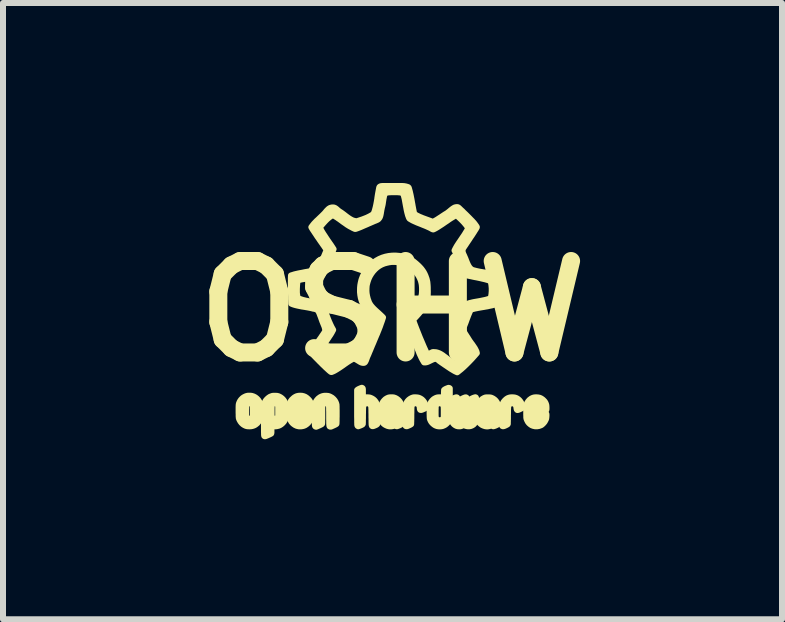
<source format=kicad_pcb>
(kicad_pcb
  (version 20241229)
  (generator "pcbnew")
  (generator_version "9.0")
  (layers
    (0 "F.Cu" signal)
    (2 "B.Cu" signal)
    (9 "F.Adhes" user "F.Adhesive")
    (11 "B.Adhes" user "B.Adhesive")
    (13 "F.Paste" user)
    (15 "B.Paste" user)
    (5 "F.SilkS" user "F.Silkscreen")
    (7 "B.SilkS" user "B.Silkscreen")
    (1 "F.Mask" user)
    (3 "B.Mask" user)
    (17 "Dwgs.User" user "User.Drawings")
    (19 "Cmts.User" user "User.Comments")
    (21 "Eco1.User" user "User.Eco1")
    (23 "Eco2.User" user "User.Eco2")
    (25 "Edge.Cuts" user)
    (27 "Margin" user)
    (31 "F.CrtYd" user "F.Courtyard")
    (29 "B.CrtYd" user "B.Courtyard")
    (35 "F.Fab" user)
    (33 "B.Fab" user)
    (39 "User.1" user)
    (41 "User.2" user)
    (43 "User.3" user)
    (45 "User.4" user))
  (footprint "OSHW"
    (layer "F.Cu")
    (at 3.491 2.134)
    (property "Reference" "OSHW" (at 0 0 0) (layer "F.SilkS") (effects (font (size 1.524 1.524) (thickness 0.3))))
    (attr through_hole)
    (fp_poly (pts (xy 2.161 1.599) (xy 2.161 1.608) (xy 2.159 1.613) (xy 2.156 1.617) (xy 2.148 1.622) (xy 2.137 1.627) (xy 2.125 1.633) (xy 2.112 1.639) (xy 2.101 1.644) (xy 2.091 1.647) (xy 2.085 1.648) (xy 2.085 1.648) (xy 2.079 1.648) (xy 2.074 1.645) (xy 2.071 1.64) (xy 2.068 1.632) (xy 2.066 1.619) (xy 2.064 1.604) (xy 2.061 1.587) (xy 2.056 1.573) (xy 2.047 1.561) (xy 2.04 1.554) (xy 2.024 1.542) (xy 2.006 1.536) (xy 1.988 1.536) (xy 1.97 1.54) (xy 1.953 1.55) (xy 1.944 1.557) (xy 1.94 1.561) (xy 1.936 1.565) (xy 1.934 1.57) (xy 1.931 1.575) (xy 1.929 1.582) (xy 1.928 1.59) (xy 1.927 1.601) (xy 1.926 1.615) (xy 1.925 1.632) (xy 1.924 1.653) (xy 1.924 1.678) (xy 1.924 1.708) (xy 1.923 1.737) (xy 1.923 1.765) (xy 1.923 1.791) (xy 1.922 1.815) (xy 1.922 1.836) (xy 1.921 1.854) (xy 1.921 1.869) (xy 1.921 1.878) (xy 1.92 1.883) (xy 1.92 1.883) (xy 1.917 1.887) (xy 1.909 1.892) (xy 1.898 1.898) (xy 1.886 1.904) (xy 1.873 1.91) (xy 1.86 1.915) (xy 1.849 1.918) (xy 1.841 1.919) (xy 1.834 1.918) (xy 1.828 1.914) (xy 1.828 1.911) (xy 1.827 1.902) (xy 1.826 1.888) (xy 1.826 1.871) (xy 1.825 1.851) (xy 1.825 1.828) (xy 1.825 1.803) (xy 1.825 1.776) (xy 1.825 1.749) (xy 1.825 1.721) (xy 1.826 1.694) (xy 1.826 1.667) (xy 1.826 1.643) (xy 1.827 1.62) (xy 1.828 1.6) (xy 1.828 1.584) (xy 1.829 1.571) (xy 1.83 1.563) (xy 1.83 1.562) (xy 1.838 1.539) (xy 1.849 1.517) (xy 1.865 1.497) (xy 1.875 1.486) (xy 1.896 1.467) (xy 1.917 1.453) (xy 1.939 1.444) (xy 1.964 1.438) (xy 1.991 1.437) (xy 1.994 1.437) (xy 2.018 1.438) (xy 2.038 1.441) (xy 2.058 1.447) (xy 2.075 1.455) (xy 2.097 1.47) (xy 2.116 1.488) (xy 2.133 1.51) (xy 2.147 1.534) (xy 2.156 1.559) (xy 2.161 1.584) (xy 2.161 1.586) (xy 2.161 1.599)) (stroke (width 0.1) (type solid)) (fill yes) (layer "F.SilkS"))
    (fp_poly (pts (xy 0.551 1.601) (xy 0.55 1.609) (xy 0.547 1.615) (xy 0.542 1.62) (xy 0.534 1.625) (xy 0.522 1.63) (xy 0.51 1.635) (xy 0.493 1.643) (xy 0.479 1.647) (xy 0.469 1.648) (xy 0.462 1.645) (xy 0.458 1.639) (xy 0.455 1.628) (xy 0.454 1.613) (xy 0.454 1.611) (xy 0.452 1.597) (xy 0.45 1.587) (xy 0.447 1.578) (xy 0.444 1.572) (xy 0.432 1.556) (xy 0.418 1.544) (xy 0.4 1.537) (xy 0.381 1.536) (xy 0.378 1.536) (xy 0.358 1.54) (xy 0.341 1.549) (xy 0.328 1.563) (xy 0.321 1.573) (xy 0.32 1.576) (xy 0.319 1.579) (xy 0.318 1.582) (xy 0.317 1.587) (xy 0.316 1.593) (xy 0.316 1.602) (xy 0.315 1.613) (xy 0.315 1.627) (xy 0.314 1.645) (xy 0.314 1.667) (xy 0.314 1.693) (xy 0.313 1.724) (xy 0.313 1.733) (xy 0.313 1.761) (xy 0.313 1.788) (xy 0.312 1.813) (xy 0.312 1.835) (xy 0.311 1.853) (xy 0.311 1.868) (xy 0.31 1.878) (xy 0.31 1.884) (xy 0.31 1.885) (xy 0.305 1.888) (xy 0.297 1.893) (xy 0.286 1.899) (xy 0.273 1.905) (xy 0.261 1.91) (xy 0.249 1.915) (xy 0.239 1.918) (xy 0.233 1.919) (xy 0.226 1.917) (xy 0.222 1.915) (xy 0.22 1.914) (xy 0.219 1.912) (xy 0.218 1.91) (xy 0.218 1.906) (xy 0.217 1.901) (xy 0.217 1.893) (xy 0.216 1.883) (xy 0.216 1.87) (xy 0.216 1.853) (xy 0.216 1.832) (xy 0.215 1.807) (xy 0.215 1.777) (xy 0.215 1.748) (xy 0.215 1.711) (xy 0.215 1.677) (xy 0.215 1.648) (xy 0.215 1.623) (xy 0.216 1.602) (xy 0.216 1.586) (xy 0.217 1.575) (xy 0.217 1.569) (xy 0.224 1.545) (xy 0.237 1.521) (xy 0.253 1.498) (xy 0.272 1.478) (xy 0.295 1.461) (xy 0.319 1.448) (xy 0.344 1.439) (xy 0.345 1.439) (xy 0.36 1.437) (xy 0.38 1.437) (xy 0.4 1.438) (xy 0.419 1.44) (xy 0.436 1.444) (xy 0.44 1.445) (xy 0.466 1.457) (xy 0.49 1.473) (xy 0.51 1.493) (xy 0.527 1.516) (xy 0.54 1.541) (xy 0.548 1.567) (xy 0.551 1.592) (xy 0.551 1.601)) (stroke (width 0.1) (type solid)) (fill yes) (layer "F.SilkS"))
    (fp_poly (pts (xy -2.201 1.726) (xy -2.201 1.74) (xy -2.202 1.751) (xy -2.202 1.76) (xy -2.203 1.767) (xy -2.204 1.773) (xy -2.205 1.778) (xy -2.207 1.784) (xy -2.207 1.785) (xy -2.218 1.816) (xy -2.234 1.843) (xy -2.254 1.868) (xy -2.28 1.889) (xy -2.297 1.9) (xy -2.315 1.908) (xy -2.328 1.912) (xy -2.328 1.758) (xy -2.328 1.668) (xy -2.328 1.64) (xy -2.329 1.617) (xy -2.329 1.598) (xy -2.33 1.583) (xy -2.331 1.574) (xy -2.331 1.57) (xy -2.339 1.557) (xy -2.351 1.547) (xy -2.365 1.54) (xy -2.381 1.536) (xy -2.393 1.536) (xy -2.409 1.541) (xy -2.423 1.551) (xy -2.432 1.563) (xy -2.44 1.576) (xy -2.441 1.658) (xy -2.441 1.687) (xy -2.441 1.71) (xy -2.441 1.728) (xy -2.44 1.742) (xy -2.439 1.75) (xy -2.439 1.752) (xy -2.432 1.767) (xy -2.422 1.779) (xy -2.408 1.788) (xy -2.393 1.793) (xy -2.378 1.794) (xy -2.363 1.791) (xy -2.358 1.789) (xy -2.35 1.782) (xy -2.341 1.774) (xy -2.338 1.77) (xy -2.328 1.758) (xy -2.328 1.912) (xy -2.337 1.915) (xy -2.361 1.919) (xy -2.386 1.92) (xy -2.41 1.919) (xy -2.41 1.919) (xy -2.422 1.918) (xy -2.433 1.915) (xy -2.44 1.914) (xy -2.467 1.902) (xy -2.492 1.886) (xy -2.515 1.865) (xy -2.534 1.841) (xy -2.549 1.815) (xy -2.558 1.795) (xy -2.559 1.79) (xy -2.561 1.785) (xy -2.562 1.779) (xy -2.562 1.772) (xy -2.563 1.764) (xy -2.564 1.752) (xy -2.564 1.738) (xy -2.564 1.72) (xy -2.565 1.697) (xy -2.565 1.671) (xy -2.565 1.642) (xy -2.565 1.617) (xy -2.565 1.597) (xy -2.564 1.58) (xy -2.564 1.567) (xy -2.562 1.555) (xy -2.561 1.546) (xy -2.558 1.537) (xy -2.555 1.529) (xy -2.551 1.52) (xy -2.547 1.511) (xy -2.538 1.495) (xy -2.525 1.477) (xy -2.51 1.461) (xy -2.495 1.447) (xy -2.493 1.446) (xy -2.48 1.437) (xy -2.463 1.428) (xy -2.446 1.42) (xy -2.431 1.415) (xy -2.427 1.414) (xy -2.413 1.411) (xy -2.396 1.41) (xy -2.377 1.41) (xy -2.36 1.411) (xy -2.345 1.413) (xy -2.342 1.414) (xy -2.314 1.423) (xy -2.286 1.438) (xy -2.262 1.457) (xy -2.24 1.48) (xy -2.223 1.506) (xy -2.219 1.513) (xy -2.216 1.521) (xy -2.212 1.528) (xy -2.21 1.535) (xy -2.208 1.544) (xy -2.206 1.553) (xy -2.205 1.565) (xy -2.204 1.579) (xy -2.203 1.597) (xy -2.203 1.619) (xy -2.202 1.645) (xy -2.202 1.659) (xy -2.202 1.686) (xy -2.201 1.708) (xy -2.201 1.726)) (stroke (width 0.1) (type solid)) (fill yes) (layer "F.SilkS"))
    (fp_poly (pts (xy 0.954 1.535) (xy 0.954 1.578) (xy 0.954 1.616) (xy 0.954 1.649) (xy 0.954 1.678) (xy 0.954 1.702) (xy 0.954 1.723) (xy 0.953 1.74) (xy 0.953 1.754) (xy 0.953 1.765) (xy 0.952 1.774) (xy 0.952 1.782) (xy 0.951 1.787) (xy 0.951 1.792) (xy 0.95 1.796) (xy 0.949 1.799) (xy 0.948 1.801) (xy 0.937 1.828) (xy 0.922 1.852) (xy 0.902 1.874) (xy 0.879 1.893) (xy 0.854 1.907) (xy 0.854 1.774) (xy 0.854 1.678) (xy 0.854 1.651) (xy 0.854 1.629) (xy 0.853 1.611) (xy 0.853 1.597) (xy 0.852 1.586) (xy 0.85 1.578) (xy 0.848 1.572) (xy 0.845 1.567) (xy 0.841 1.562) (xy 0.837 1.558) (xy 0.831 1.553) (xy 0.816 1.543) (xy 0.798 1.537) (xy 0.78 1.535) (xy 0.762 1.539) (xy 0.758 1.541) (xy 0.748 1.546) (xy 0.738 1.555) (xy 0.729 1.565) (xy 0.723 1.574) (xy 0.72 1.58) (xy 0.72 1.584) (xy 0.719 1.594) (xy 0.719 1.608) (xy 0.719 1.625) (xy 0.718 1.645) (xy 0.718 1.667) (xy 0.718 1.681) (xy 0.718 1.706) (xy 0.718 1.726) (xy 0.718 1.742) (xy 0.719 1.755) (xy 0.719 1.764) (xy 0.72 1.77) (xy 0.721 1.775) (xy 0.722 1.779) (xy 0.723 1.782) (xy 0.725 1.784) (xy 0.734 1.796) (xy 0.747 1.807) (xy 0.761 1.815) (xy 0.762 1.816) (xy 0.773 1.819) (xy 0.787 1.82) (xy 0.8 1.819) (xy 0.809 1.817) (xy 0.825 1.809) (xy 0.838 1.797) (xy 0.846 1.787) (xy 0.854 1.774) (xy 0.854 1.907) (xy 0.853 1.907) (xy 0.833 1.915) (xy 0.813 1.919) (xy 0.79 1.921) (xy 0.768 1.92) (xy 0.748 1.917) (xy 0.746 1.917) (xy 0.723 1.909) (xy 0.703 1.899) (xy 0.684 1.885) (xy 0.667 1.87) (xy 0.649 1.85) (xy 0.636 1.829) (xy 0.626 1.807) (xy 0.622 1.795) (xy 0.621 1.788) (xy 0.62 1.776) (xy 0.619 1.76) (xy 0.619 1.741) (xy 0.618 1.72) (xy 0.618 1.697) (xy 0.618 1.674) (xy 0.618 1.651) (xy 0.618 1.629) (xy 0.619 1.609) (xy 0.619 1.591) (xy 0.62 1.577) (xy 0.621 1.568) (xy 0.621 1.566) (xy 0.629 1.54) (xy 0.643 1.515) (xy 0.662 1.491) (xy 0.667 1.486) (xy 0.686 1.468) (xy 0.706 1.456) (xy 0.726 1.446) (xy 0.745 1.44) (xy 0.759 1.438) (xy 0.777 1.437) (xy 0.796 1.437) (xy 0.814 1.438) (xy 0.83 1.441) (xy 0.839 1.443) (xy 0.847 1.446) (xy 0.853 1.447) (xy 0.854 1.447) (xy 0.855 1.444) (xy 0.855 1.436) (xy 0.856 1.424) (xy 0.856 1.409) (xy 0.857 1.392) (xy 0.857 1.384) (xy 0.857 1.365) (xy 0.858 1.349) (xy 0.858 1.334) (xy 0.859 1.324) (xy 0.859 1.317) (xy 0.859 1.316) (xy 0.862 1.312) (xy 0.87 1.307) (xy 0.881 1.3) (xy 0.898 1.292) (xy 0.914 1.286) (xy 0.926 1.281) (xy 0.934 1.279) (xy 0.94 1.279) (xy 0.946 1.282) (xy 0.948 1.283) (xy 0.954 1.287) (xy 0.954 1.535)) (stroke (width 0.1) (type solid)) (fill yes) (layer "F.SilkS"))
    (fp_poly (pts (xy -1.778 1.563) (xy -1.779 1.67) (xy -1.779 1.697) (xy -1.779 1.72) (xy -1.78 1.738) (xy -1.78 1.753) (xy -1.78 1.764) (xy -1.781 1.773) (xy -1.782 1.78) (xy -1.783 1.785) (xy -1.784 1.79) (xy -1.786 1.795) (xy -1.797 1.821) (xy -1.813 1.846) (xy -1.833 1.868) (xy -1.855 1.887) (xy -1.879 1.902) (xy -1.902 1.912) (xy -1.905 1.912) (xy -1.905 1.694) (xy -1.905 1.669) (xy -1.905 1.666) (xy -1.905 1.641) (xy -1.905 1.621) (xy -1.905 1.606) (xy -1.905 1.594) (xy -1.906 1.585) (xy -1.907 1.578) (xy -1.908 1.574) (xy -1.909 1.57) (xy -1.911 1.566) (xy -1.92 1.554) (xy -1.933 1.544) (xy -1.948 1.537) (xy -1.964 1.535) (xy -1.979 1.538) (xy -1.98 1.538) (xy -1.989 1.543) (xy -1.999 1.552) (xy -2.007 1.561) (xy -2.011 1.567) (xy -2.012 1.57) (xy -2.013 1.575) (xy -2.014 1.583) (xy -2.014 1.594) (xy -2.015 1.609) (xy -2.015 1.627) (xy -2.015 1.651) (xy -2.015 1.665) (xy -2.015 1.691) (xy -2.015 1.713) (xy -2.015 1.73) (xy -2.014 1.743) (xy -2.013 1.753) (xy -2.012 1.76) (xy -2.01 1.766) (xy -2.007 1.771) (xy -2.003 1.774) (xy -1.999 1.778) (xy -1.998 1.779) (xy -1.983 1.789) (xy -1.967 1.794) (xy -1.951 1.794) (xy -1.938 1.79) (xy -1.93 1.785) (xy -1.921 1.779) (xy -1.921 1.778) (xy -1.917 1.774) (xy -1.913 1.77) (xy -1.91 1.766) (xy -1.908 1.76) (xy -1.907 1.753) (xy -1.906 1.743) (xy -1.905 1.731) (xy -1.905 1.715) (xy -1.905 1.694) (xy -1.905 1.912) (xy -1.931 1.918) (xy -1.962 1.921) (xy -1.991 1.919) (xy -2.012 1.915) (xy -2.018 1.913) (xy -2.018 1.975) (xy -2.018 1.995) (xy -2.018 2.011) (xy -2.018 2.022) (xy -2.019 2.03) (xy -2.02 2.035) (xy -2.021 2.039) (xy -2.022 2.041) (xy -2.023 2.041) (xy -2.028 2.044) (xy -2.037 2.049) (xy -2.049 2.055) (xy -2.063 2.061) (xy -2.078 2.068) (xy -2.092 2.074) (xy -2.105 2.079) (xy -2.115 2.083) (xy -2.122 2.085) (xy -2.122 2.085) (xy -2.131 2.085) (xy -2.137 2.081) (xy -2.137 2.081) (xy -2.138 2.08) (xy -2.139 2.078) (xy -2.139 2.075) (xy -2.14 2.071) (xy -2.14 2.065) (xy -2.141 2.057) (xy -2.141 2.047) (xy -2.141 2.034) (xy -2.142 2.018) (xy -2.142 1.998) (xy -2.142 1.975) (xy -2.142 1.948) (xy -2.142 1.916) (xy -2.142 1.879) (xy -2.142 1.838) (xy -2.142 1.818) (xy -2.142 1.56) (xy -2.135 1.539) (xy -2.127 1.517) (xy -2.117 1.499) (xy -2.105 1.482) (xy -2.089 1.465) (xy -2.087 1.463) (xy -2.064 1.443) (xy -2.041 1.428) (xy -2.015 1.418) (xy -2.007 1.415) (xy -1.998 1.413) (xy -1.988 1.412) (xy -1.976 1.411) (xy -1.96 1.411) (xy -1.952 1.412) (xy -1.936 1.412) (xy -1.924 1.413) (xy -1.915 1.415) (xy -1.906 1.417) (xy -1.898 1.42) (xy -1.895 1.421) (xy -1.866 1.436) (xy -1.841 1.455) (xy -1.819 1.478) (xy -1.801 1.504) (xy -1.787 1.534) (xy -1.785 1.54) (xy -1.778 1.563)) (stroke (width 0.1) (type solid)) (fill yes) (layer "F.SilkS"))
    (fp_poly (pts (xy -0.931 1.706) (xy -0.931 1.733) (xy -0.931 1.759) (xy -0.932 1.784) (xy -0.932 1.807) (xy -0.932 1.829) (xy -0.933 1.847) (xy -0.933 1.862) (xy -0.934 1.873) (xy -0.935 1.879) (xy -0.935 1.88) (xy -0.94 1.884) (xy -0.95 1.89) (xy -0.964 1.897) (xy -0.983 1.906) (xy -1.006 1.916) (xy -1.007 1.917) (xy -1.019 1.922) (xy -1.028 1.925) (xy -1.034 1.926) (xy -1.039 1.925) (xy -1.04 1.925) (xy -1.043 1.924) (xy -1.045 1.922) (xy -1.048 1.921) (xy -1.05 1.918) (xy -1.051 1.914) (xy -1.052 1.908) (xy -1.053 1.899) (xy -1.054 1.888) (xy -1.055 1.874) (xy -1.055 1.857) (xy -1.055 1.836) (xy -1.056 1.81) (xy -1.056 1.779) (xy -1.056 1.743) (xy -1.056 1.743) (xy -1.056 1.707) (xy -1.056 1.677) (xy -1.057 1.651) (xy -1.057 1.629) (xy -1.057 1.612) (xy -1.058 1.598) (xy -1.059 1.586) (xy -1.06 1.578) (xy -1.061 1.571) (xy -1.063 1.566) (xy -1.065 1.562) (xy -1.067 1.559) (xy -1.07 1.556) (xy -1.073 1.553) (xy -1.074 1.552) (xy -1.089 1.542) (xy -1.104 1.536) (xy -1.12 1.536) (xy -1.136 1.541) (xy -1.15 1.549) (xy -1.162 1.563) (xy -1.166 1.57) (xy -1.167 1.572) (xy -1.168 1.575) (xy -1.169 1.579) (xy -1.17 1.585) (xy -1.17 1.592) (xy -1.17 1.601) (xy -1.171 1.614) (xy -1.171 1.63) (xy -1.171 1.649) (xy -1.171 1.673) (xy -1.171 1.702) (xy -1.171 1.725) (xy -1.171 1.757) (xy -1.171 1.786) (xy -1.172 1.811) (xy -1.172 1.833) (xy -1.172 1.852) (xy -1.173 1.865) (xy -1.173 1.874) (xy -1.174 1.878) (xy -1.177 1.883) (xy -1.185 1.888) (xy -1.197 1.894) (xy -1.199 1.895) (xy -1.21 1.9) (xy -1.222 1.906) (xy -1.236 1.912) (xy -1.248 1.917) (xy -1.259 1.922) (xy -1.268 1.925) (xy -1.273 1.927) (xy -1.273 1.927) (xy -1.276 1.926) (xy -1.28 1.925) (xy -1.283 1.924) (xy -1.286 1.922) (xy -1.288 1.92) (xy -1.29 1.918) (xy -1.292 1.914) (xy -1.293 1.908) (xy -1.294 1.9) (xy -1.294 1.89) (xy -1.295 1.876) (xy -1.295 1.86) (xy -1.295 1.839) (xy -1.295 1.815) (xy -1.295 1.785) (xy -1.295 1.751) (xy -1.295 1.731) (xy -1.295 1.695) (xy -1.294 1.664) (xy -1.294 1.637) (xy -1.294 1.615) (xy -1.294 1.597) (xy -1.293 1.582) (xy -1.293 1.57) (xy -1.292 1.561) (xy -1.292 1.554) (xy -1.291 1.548) (xy -1.29 1.543) (xy -1.289 1.54) (xy -1.289 1.538) (xy -1.276 1.508) (xy -1.258 1.481) (xy -1.237 1.458) (xy -1.211 1.438) (xy -1.197 1.43) (xy -1.174 1.42) (xy -1.151 1.414) (xy -1.126 1.411) (xy -1.115 1.411) (xy -1.093 1.412) (xy -1.075 1.414) (xy -1.059 1.418) (xy -1.042 1.425) (xy -1.034 1.429) (xy -1.008 1.444) (xy -0.985 1.464) (xy -0.965 1.487) (xy -0.949 1.513) (xy -0.938 1.541) (xy -0.934 1.558) (xy -0.933 1.564) (xy -0.933 1.575) (xy -0.932 1.591) (xy -0.932 1.609) (xy -0.932 1.631) (xy -0.931 1.655) (xy -0.931 1.68) (xy -0.931 1.706)) (stroke (width 0.1) (type solid)) (fill yes) (layer "F.SilkS"))
    (fp_poly (pts (xy -0.252 1.76) (xy -0.252 1.785) (xy -0.252 1.809) (xy -0.253 1.831) (xy -0.253 1.85) (xy -0.254 1.865) (xy -0.254 1.876) (xy -0.255 1.882) (xy -0.255 1.883) (xy -0.259 1.887) (xy -0.267 1.893) (xy -0.278 1.899) (xy -0.291 1.905) (xy -0.304 1.91) (xy -0.317 1.915) (xy -0.327 1.917) (xy -0.334 1.918) (xy -0.334 1.918) (xy -0.337 1.917) (xy -0.34 1.916) (xy -0.342 1.914) (xy -0.344 1.911) (xy -0.345 1.907) (xy -0.347 1.901) (xy -0.348 1.892) (xy -0.349 1.881) (xy -0.349 1.866) (xy -0.35 1.848) (xy -0.35 1.825) (xy -0.35 1.798) (xy -0.351 1.766) (xy -0.351 1.748) (xy -0.351 1.714) (xy -0.352 1.685) (xy -0.352 1.662) (xy -0.352 1.642) (xy -0.353 1.626) (xy -0.353 1.613) (xy -0.354 1.604) (xy -0.354 1.596) (xy -0.355 1.59) (xy -0.356 1.586) (xy -0.357 1.582) (xy -0.358 1.579) (xy -0.359 1.577) (xy -0.369 1.561) (xy -0.382 1.549) (xy -0.397 1.54) (xy -0.414 1.536) (xy -0.432 1.536) (xy -0.449 1.541) (xy -0.466 1.551) (xy -0.471 1.556) (xy -0.476 1.56) (xy -0.479 1.564) (xy -0.482 1.568) (xy -0.485 1.573) (xy -0.487 1.579) (xy -0.488 1.586) (xy -0.489 1.596) (xy -0.49 1.608) (xy -0.491 1.624) (xy -0.491 1.643) (xy -0.492 1.666) (xy -0.492 1.694) (xy -0.493 1.727) (xy -0.493 1.732) (xy -0.493 1.76) (xy -0.493 1.787) (xy -0.494 1.811) (xy -0.494 1.833) (xy -0.494 1.851) (xy -0.495 1.866) (xy -0.495 1.876) (xy -0.495 1.881) (xy -0.496 1.882) (xy -0.497 1.885) (xy -0.501 1.889) (xy -0.509 1.894) (xy -0.519 1.899) (xy -0.535 1.906) (xy -0.544 1.909) (xy -0.556 1.914) (xy -0.565 1.917) (xy -0.571 1.919) (xy -0.575 1.918) (xy -0.578 1.917) (xy -0.579 1.916) (xy -0.584 1.91) (xy -0.587 1.904) (xy -0.587 1.9) (xy -0.588 1.89) (xy -0.588 1.875) (xy -0.589 1.854) (xy -0.589 1.828) (xy -0.589 1.797) (xy -0.59 1.759) (xy -0.59 1.717) (xy -0.59 1.668) (xy -0.59 1.614) (xy -0.59 1.607) (xy -0.59 1.317) (xy -0.582 1.31) (xy -0.576 1.306) (xy -0.566 1.3) (xy -0.554 1.295) (xy -0.542 1.289) (xy -0.529 1.284) (xy -0.519 1.28) (xy -0.512 1.279) (xy -0.511 1.278) (xy -0.505 1.28) (xy -0.5 1.284) (xy -0.498 1.286) (xy -0.497 1.288) (xy -0.496 1.292) (xy -0.495 1.298) (xy -0.494 1.306) (xy -0.494 1.317) (xy -0.494 1.332) (xy -0.494 1.351) (xy -0.494 1.37) (xy -0.494 1.45) (xy -0.478 1.444) (xy -0.461 1.44) (xy -0.441 1.437) (xy -0.42 1.437) (xy -0.398 1.438) (xy -0.38 1.441) (xy -0.375 1.442) (xy -0.346 1.454) (xy -0.32 1.47) (xy -0.298 1.49) (xy -0.279 1.515) (xy -0.265 1.542) (xy -0.263 1.546) (xy -0.261 1.552) (xy -0.259 1.557) (xy -0.258 1.562) (xy -0.257 1.569) (xy -0.256 1.578) (xy -0.256 1.589) (xy -0.255 1.603) (xy -0.254 1.622) (xy -0.254 1.645) (xy -0.254 1.655) (xy -0.253 1.681) (xy -0.253 1.707) (xy -0.252 1.733) (xy -0.252 1.76)) (stroke (width 0.1) (type solid)) (fill yes) (layer "F.SilkS"))
    (fp_poly (pts (xy -1.355 1.608) (xy -1.355 1.623) (xy -1.355 1.634) (xy -1.356 1.641) (xy -1.357 1.646) (xy -1.359 1.648) (xy -1.36 1.649) (xy -1.363 1.651) (xy -1.371 1.655) (xy -1.384 1.661) (xy -1.399 1.668) (xy -1.417 1.677) (xy -1.437 1.686) (xy -1.456 1.694) (xy -1.484 1.707) (xy -1.484 1.569) (xy -1.491 1.56) (xy -1.499 1.552) (xy -1.511 1.544) (xy -1.523 1.539) (xy -1.535 1.535) (xy -1.538 1.535) (xy -1.548 1.536) (xy -1.558 1.539) (xy -1.558 1.539) (xy -1.567 1.544) (xy -1.576 1.552) (xy -1.584 1.561) (xy -1.589 1.569) (xy -1.59 1.573) (xy -1.591 1.577) (xy -1.592 1.585) (xy -1.592 1.595) (xy -1.593 1.604) (xy -1.593 1.612) (xy -1.593 1.617) (xy -1.593 1.617) (xy -1.59 1.616) (xy -1.583 1.613) (xy -1.573 1.609) (xy -1.56 1.603) (xy -1.552 1.599) (xy -1.537 1.592) (xy -1.522 1.586) (xy -1.51 1.58) (xy -1.5 1.576) (xy -1.498 1.575) (xy -1.484 1.569) (xy -1.484 1.707) (xy -1.486 1.707) (xy -1.511 1.718) (xy -1.531 1.728) (xy -1.547 1.735) (xy -1.561 1.741) (xy -1.57 1.746) (xy -1.578 1.749) (xy -1.583 1.752) (xy -1.586 1.754) (xy -1.588 1.756) (xy -1.589 1.757) (xy -1.589 1.759) (xy -1.589 1.759) (xy -1.587 1.765) (xy -1.581 1.772) (xy -1.574 1.78) (xy -1.566 1.787) (xy -1.559 1.79) (xy -1.544 1.795) (xy -1.528 1.794) (xy -1.512 1.789) (xy -1.499 1.78) (xy -1.491 1.77) (xy -1.485 1.76) (xy -1.482 1.746) (xy -1.48 1.736) (xy -1.479 1.726) (xy -1.477 1.718) (xy -1.475 1.715) (xy -1.471 1.712) (xy -1.463 1.707) (xy -1.452 1.702) (xy -1.439 1.695) (xy -1.424 1.689) (xy -1.41 1.682) (xy -1.396 1.676) (xy -1.384 1.672) (xy -1.376 1.669) (xy -1.372 1.668) (xy -1.365 1.669) (xy -1.361 1.671) (xy -1.358 1.676) (xy -1.356 1.685) (xy -1.355 1.697) (xy -1.355 1.715) (xy -1.355 1.715) (xy -1.355 1.742) (xy -1.358 1.765) (xy -1.362 1.785) (xy -1.368 1.803) (xy -1.376 1.821) (xy -1.388 1.838) (xy -1.39 1.841) (xy -1.41 1.866) (xy -1.433 1.886) (xy -1.457 1.902) (xy -1.483 1.913) (xy -1.484 1.913) (xy -1.502 1.917) (xy -1.522 1.92) (xy -1.543 1.92) (xy -1.561 1.92) (xy -1.566 1.919) (xy -1.596 1.912) (xy -1.624 1.899) (xy -1.65 1.881) (xy -1.666 1.867) (xy -1.685 1.845) (xy -1.699 1.821) (xy -1.71 1.797) (xy -1.717 1.777) (xy -1.717 1.667) (xy -1.717 1.637) (xy -1.717 1.613) (xy -1.717 1.593) (xy -1.717 1.577) (xy -1.716 1.564) (xy -1.715 1.554) (xy -1.713 1.545) (xy -1.711 1.537) (xy -1.709 1.529) (xy -1.705 1.522) (xy -1.701 1.513) (xy -1.7 1.51) (xy -1.694 1.498) (xy -1.686 1.488) (xy -1.677 1.476) (xy -1.665 1.465) (xy -1.642 1.444) (xy -1.619 1.429) (xy -1.595 1.418) (xy -1.568 1.412) (xy -1.539 1.41) (xy -1.538 1.41) (xy -1.507 1.412) (xy -1.479 1.419) (xy -1.453 1.43) (xy -1.428 1.447) (xy -1.407 1.466) (xy -1.389 1.485) (xy -1.376 1.504) (xy -1.366 1.525) (xy -1.36 1.548) (xy -1.356 1.574) (xy -1.355 1.604) (xy -1.355 1.608)) (stroke (width 0.1) (type solid)) (fill yes) (layer "F.SilkS"))
    (fp_poly (pts (xy 2.565 1.617) (xy 2.565 1.631) (xy 2.564 1.642) (xy 2.562 1.648) (xy 2.561 1.65) (xy 2.56 1.652) (xy 2.558 1.654) (xy 2.555 1.656) (xy 2.551 1.658) (xy 2.544 1.662) (xy 2.536 1.666) (xy 2.524 1.671) (xy 2.51 1.678) (xy 2.491 1.686) (xy 2.469 1.696) (xy 2.463 1.699) (xy 2.463 1.585) (xy 2.461 1.577) (xy 2.456 1.569) (xy 2.45 1.561) (xy 2.445 1.555) (xy 2.431 1.545) (xy 2.417 1.539) (xy 2.402 1.536) (xy 2.384 1.536) (xy 2.369 1.541) (xy 2.355 1.55) (xy 2.351 1.553) (xy 2.342 1.563) (xy 2.335 1.574) (xy 2.33 1.586) (xy 2.328 1.602) (xy 2.326 1.621) (xy 2.326 1.634) (xy 2.325 1.643) (xy 2.326 1.648) (xy 2.327 1.65) (xy 2.329 1.65) (xy 2.33 1.649) (xy 2.334 1.648) (xy 2.342 1.644) (xy 2.354 1.639) (xy 2.369 1.632) (xy 2.386 1.625) (xy 2.397 1.619) (xy 2.415 1.611) (xy 2.431 1.604) (xy 2.444 1.598) (xy 2.454 1.593) (xy 2.461 1.59) (xy 2.462 1.589) (xy 2.463 1.585) (xy 2.463 1.699) (xy 2.442 1.708) (xy 2.431 1.713) (xy 2.403 1.726) (xy 2.379 1.736) (xy 2.361 1.745) (xy 2.347 1.752) (xy 2.337 1.757) (xy 2.331 1.761) (xy 2.328 1.763) (xy 2.328 1.764) (xy 2.33 1.772) (xy 2.335 1.782) (xy 2.342 1.792) (xy 2.348 1.8) (xy 2.364 1.812) (xy 2.381 1.819) (xy 2.397 1.82) (xy 2.414 1.819) (xy 2.428 1.814) (xy 2.442 1.804) (xy 2.442 1.803) (xy 2.451 1.794) (xy 2.458 1.783) (xy 2.464 1.769) (xy 2.468 1.754) (xy 2.47 1.745) (xy 2.472 1.739) (xy 2.475 1.734) (xy 2.48 1.73) (xy 2.488 1.725) (xy 2.499 1.72) (xy 2.515 1.713) (xy 2.515 1.713) (xy 2.531 1.707) (xy 2.544 1.703) (xy 2.553 1.703) (xy 2.56 1.707) (xy 2.563 1.711) (xy 2.564 1.717) (xy 2.565 1.728) (xy 2.565 1.741) (xy 2.564 1.756) (xy 2.563 1.77) (xy 2.561 1.784) (xy 2.559 1.795) (xy 2.558 1.799) (xy 2.547 1.822) (xy 2.534 1.845) (xy 2.518 1.865) (xy 2.5 1.883) (xy 2.482 1.898) (xy 2.469 1.904) (xy 2.441 1.914) (xy 2.412 1.919) (xy 2.38 1.919) (xy 2.375 1.919) (xy 2.347 1.913) (xy 2.32 1.903) (xy 2.296 1.887) (xy 2.274 1.868) (xy 2.256 1.845) (xy 2.242 1.818) (xy 2.233 1.796) (xy 2.232 1.791) (xy 2.231 1.786) (xy 2.23 1.779) (xy 2.229 1.771) (xy 2.229 1.76) (xy 2.229 1.747) (xy 2.228 1.729) (xy 2.228 1.708) (xy 2.228 1.681) (xy 2.228 1.679) (xy 2.228 1.65) (xy 2.229 1.626) (xy 2.229 1.606) (xy 2.23 1.59) (xy 2.231 1.576) (xy 2.232 1.565) (xy 2.234 1.556) (xy 2.237 1.548) (xy 2.24 1.54) (xy 2.244 1.531) (xy 2.245 1.529) (xy 2.262 1.503) (xy 2.282 1.48) (xy 2.307 1.461) (xy 2.317 1.455) (xy 2.339 1.445) (xy 2.362 1.439) (xy 2.388 1.437) (xy 2.397 1.437) (xy 2.426 1.439) (xy 2.454 1.445) (xy 2.479 1.457) (xy 2.502 1.473) (xy 2.518 1.488) (xy 2.535 1.506) (xy 2.547 1.525) (xy 2.556 1.546) (xy 2.561 1.562) (xy 2.563 1.573) (xy 2.564 1.587) (xy 2.565 1.602) (xy 2.565 1.617)) (stroke (width 0.1) (type solid)) (fill yes) (layer "F.SilkS"))
    (fp_poly (pts (xy 0.15 1.78) (xy 0.15 1.804) (xy 0.149 1.826) (xy 0.149 1.845) (xy 0.149 1.86) (xy 0.149 1.871) (xy 0.148 1.878) (xy 0.148 1.879) (xy 0.146 1.883) (xy 0.142 1.888) (xy 0.135 1.893) (xy 0.125 1.898) (xy 0.111 1.905) (xy 0.101 1.909) (xy 0.087 1.914) (xy 0.077 1.918) (xy 0.07 1.919) (xy 0.065 1.918) (xy 0.06 1.915) (xy 0.059 1.914) (xy 0.057 1.912) (xy 0.056 1.911) (xy 0.055 1.908) (xy 0.054 1.904) (xy 0.053 1.898) (xy 0.053 1.89) (xy 0.053 1.878) (xy 0.052 1.862) (xy 0.052 1.843) (xy 0.052 1.818) (xy 0.051 1.807) (xy 0.05 1.704) (xy 0.044 1.706) (xy 0.039 1.708) (xy 0.03 1.712) (xy 0.017 1.717) (xy 0.003 1.723) (xy -0.012 1.729) (xy -0.027 1.735) (xy -0.04 1.741) (xy -0.051 1.746) (xy -0.059 1.749) (xy -0.06 1.75) (xy -0.073 1.757) (xy -0.082 1.766) (xy -0.086 1.777) (xy -0.087 1.781) (xy -0.087 1.791) (xy -0.084 1.798) (xy -0.082 1.802) (xy -0.071 1.811) (xy -0.056 1.817) (xy -0.039 1.82) (xy -0.021 1.819) (xy -0.007 1.816) (xy 0.004 1.813) (xy 0.012 1.812) (xy 0.019 1.814) (xy 0.024 1.818) (xy 0.029 1.827) (xy 0.035 1.84) (xy 0.04 1.851) (xy 0.046 1.868) (xy 0.049 1.881) (xy 0.05 1.89) (xy 0.048 1.897) (xy 0.043 1.902) (xy 0.042 1.903) (xy 0.032 1.908) (xy 0.017 1.913) (xy -0.001 1.917) (xy -0.02 1.92) (xy -0.039 1.92) (xy -0.056 1.92) (xy -0.059 1.919) (xy -0.084 1.913) (xy -0.109 1.902) (xy -0.132 1.889) (xy -0.152 1.872) (xy -0.16 1.865) (xy -0.166 1.856) (xy -0.174 1.844) (xy -0.179 1.834) (xy -0.183 1.826) (xy -0.185 1.819) (xy -0.187 1.812) (xy -0.187 1.804) (xy -0.188 1.792) (xy -0.188 1.782) (xy -0.188 1.768) (xy -0.187 1.757) (xy -0.186 1.749) (xy -0.184 1.743) (xy -0.181 1.735) (xy -0.177 1.727) (xy -0.172 1.716) (xy -0.166 1.707) (xy -0.16 1.699) (xy -0.152 1.692) (xy -0.143 1.684) (xy -0.132 1.677) (xy -0.118 1.669) (xy -0.101 1.66) (xy -0.08 1.651) (xy -0.054 1.64) (xy -0.025 1.627) (xy -0.017 1.624) (xy 0.049 1.596) (xy 0.047 1.586) (xy 0.042 1.572) (xy 0.032 1.559) (xy 0.019 1.548) (xy 0.003 1.54) (xy -0.014 1.536) (xy -0.033 1.537) (xy -0.051 1.543) (xy -0.065 1.553) (xy -0.077 1.568) (xy -0.085 1.586) (xy -0.089 1.604) (xy -0.091 1.613) (xy -0.095 1.621) (xy -0.096 1.622) (xy -0.101 1.626) (xy -0.11 1.63) (xy -0.122 1.636) (xy -0.134 1.641) (xy -0.147 1.646) (xy -0.158 1.651) (xy -0.167 1.653) (xy -0.17 1.654) (xy -0.177 1.653) (xy -0.182 1.649) (xy -0.185 1.641) (xy -0.187 1.629) (xy -0.187 1.613) (xy -0.186 1.59) (xy -0.183 1.57) (xy -0.178 1.552) (xy -0.172 1.537) (xy -0.157 1.511) (xy -0.138 1.488) (xy -0.117 1.468) (xy -0.093 1.453) (xy -0.069 1.442) (xy -0.063 1.441) (xy -0.05 1.438) (xy -0.033 1.437) (xy -0.015 1.437) (xy 0.002 1.437) (xy 0.017 1.439) (xy 0.024 1.44) (xy 0.051 1.45) (xy 0.076 1.465) (xy 0.098 1.483) (xy 0.117 1.504) (xy 0.132 1.528) (xy 0.142 1.554) (xy 0.147 1.578) (xy 0.147 1.585) (xy 0.148 1.597) (xy 0.148 1.613) (xy 0.149 1.632) (xy 0.149 1.654) (xy 0.149 1.678) (xy 0.149 1.704) (xy 0.149 1.73) (xy 0.15 1.755) (xy 0.15 1.78)) (stroke (width 0.1) (type solid)) (fill yes) (layer "F.SilkS"))
    (fp_poly (pts (xy 1.394 1.601) (xy 1.394 1.628) (xy 1.394 1.666) (xy 1.394 1.698) (xy 1.394 1.725) (xy 1.394 1.748) (xy 1.394 1.767) (xy 1.393 1.783) (xy 1.393 1.795) (xy 1.392 1.805) (xy 1.392 1.812) (xy 1.391 1.818) (xy 1.39 1.823) (xy 1.39 1.824) (xy 1.381 1.849) (xy 1.367 1.871) (xy 1.35 1.89) (xy 1.329 1.904) (xy 1.306 1.914) (xy 1.281 1.919) (xy 1.254 1.919) (xy 1.251 1.919) (xy 1.23 1.915) (xy 1.213 1.91) (xy 1.198 1.901) (xy 1.19 1.896) (xy 1.173 1.904) (xy 1.152 1.913) (xy 1.132 1.919) (xy 1.111 1.92) (xy 1.09 1.919) (xy 1.066 1.913) (xy 1.045 1.902) (xy 1.025 1.887) (xy 1.008 1.868) (xy 0.996 1.847) (xy 0.988 1.825) (xy 0.988 1.824) (xy 0.988 1.818) (xy 0.987 1.808) (xy 0.987 1.794) (xy 0.986 1.775) (xy 0.986 1.754) (xy 0.986 1.73) (xy 0.985 1.704) (xy 0.985 1.677) (xy 0.985 1.65) (xy 0.985 1.622) (xy 0.985 1.595) (xy 0.985 1.569) (xy 0.985 1.545) (xy 0.985 1.524) (xy 0.985 1.505) (xy 0.986 1.491) (xy 0.986 1.48) (xy 0.987 1.475) (xy 0.987 1.474) (xy 0.991 1.469) (xy 1 1.463) (xy 1.006 1.46) (xy 1.025 1.45) (xy 1.041 1.443) (xy 1.053 1.439) (xy 1.062 1.437) (xy 1.068 1.437) (xy 1.073 1.439) (xy 1.076 1.441) (xy 1.077 1.443) (xy 1.078 1.446) (xy 1.078 1.45) (xy 1.079 1.456) (xy 1.08 1.465) (xy 1.08 1.477) (xy 1.08 1.491) (xy 1.081 1.51) (xy 1.081 1.532) (xy 1.082 1.559) (xy 1.082 1.591) (xy 1.082 1.627) (xy 1.085 1.807) (xy 1.091 1.814) (xy 1.101 1.821) (xy 1.113 1.822) (xy 1.121 1.82) (xy 1.124 1.819) (xy 1.127 1.817) (xy 1.13 1.815) (xy 1.132 1.813) (xy 1.134 1.808) (xy 1.135 1.802) (xy 1.136 1.794) (xy 1.137 1.784) (xy 1.138 1.77) (xy 1.138 1.752) (xy 1.138 1.731) (xy 1.139 1.705) (xy 1.139 1.675) (xy 1.139 1.645) (xy 1.139 1.615) (xy 1.14 1.587) (xy 1.14 1.561) (xy 1.14 1.537) (xy 1.141 1.517) (xy 1.141 1.5) (xy 1.141 1.487) (xy 1.142 1.479) (xy 1.142 1.477) (xy 1.143 1.473) (xy 1.147 1.469) (xy 1.152 1.464) (xy 1.162 1.459) (xy 1.175 1.453) (xy 1.192 1.445) (xy 1.196 1.444) (xy 1.209 1.439) (xy 1.219 1.437) (xy 1.226 1.438) (xy 1.232 1.442) (xy 1.232 1.442) (xy 1.233 1.444) (xy 1.234 1.446) (xy 1.235 1.449) (xy 1.236 1.453) (xy 1.236 1.459) (xy 1.237 1.467) (xy 1.237 1.478) (xy 1.237 1.491) (xy 1.238 1.509) (xy 1.238 1.53) (xy 1.238 1.555) (xy 1.238 1.586) (xy 1.238 1.621) (xy 1.239 1.626) (xy 1.239 1.804) (xy 1.249 1.814) (xy 1.259 1.821) (xy 1.269 1.823) (xy 1.279 1.819) (xy 1.284 1.815) (xy 1.292 1.808) (xy 1.294 1.747) (xy 1.294 1.73) (xy 1.294 1.707) (xy 1.295 1.682) (xy 1.295 1.655) (xy 1.295 1.626) (xy 1.295 1.598) (xy 1.295 1.581) (xy 1.295 1.476) (xy 1.302 1.469) (xy 1.307 1.465) (xy 1.317 1.46) (xy 1.329 1.454) (xy 1.342 1.448) (xy 1.355 1.443) (xy 1.367 1.439) (xy 1.375 1.437) (xy 1.377 1.437) (xy 1.38 1.436) (xy 1.383 1.437) (xy 1.386 1.438) (xy 1.388 1.439) (xy 1.39 1.443) (xy 1.391 1.448) (xy 1.392 1.455) (xy 1.393 1.465) (xy 1.393 1.478) (xy 1.394 1.494) (xy 1.394 1.514) (xy 1.394 1.538) (xy 1.394 1.567) (xy 1.394 1.601)) (stroke (width 0.1) (type solid)) (fill yes) (layer "F.SilkS"))
    (fp_poly (pts (xy 1.761 1.761) (xy 1.761 1.786) (xy 1.761 1.809) (xy 1.761 1.83) (xy 1.76 1.848) (xy 1.76 1.862) (xy 1.76 1.872) (xy 1.759 1.877) (xy 1.758 1.883) (xy 1.755 1.887) (xy 1.749 1.891) (xy 1.74 1.896) (xy 1.72 1.906) (xy 1.702 1.913) (xy 1.689 1.917) (xy 1.68 1.919) (xy 1.679 1.919) (xy 1.671 1.917) (xy 1.665 1.91) (xy 1.662 1.901) (xy 1.662 1.9) (xy 1.662 1.896) (xy 1.662 1.896) (xy 1.662 1.751) (xy 1.662 1.734) (xy 1.662 1.721) (xy 1.661 1.711) (xy 1.661 1.706) (xy 1.661 1.705) (xy 1.658 1.706) (xy 1.651 1.708) (xy 1.64 1.712) (xy 1.627 1.718) (xy 1.612 1.724) (xy 1.597 1.73) (xy 1.582 1.737) (xy 1.567 1.743) (xy 1.555 1.749) (xy 1.545 1.754) (xy 1.54 1.757) (xy 1.539 1.757) (xy 1.53 1.766) (xy 1.524 1.776) (xy 1.522 1.785) (xy 1.522 1.788) (xy 1.527 1.797) (xy 1.535 1.807) (xy 1.544 1.814) (xy 1.552 1.817) (xy 1.569 1.82) (xy 1.587 1.819) (xy 1.604 1.816) (xy 1.615 1.813) (xy 1.623 1.812) (xy 1.63 1.814) (xy 1.635 1.82) (xy 1.641 1.829) (xy 1.647 1.842) (xy 1.65 1.85) (xy 1.661 1.878) (xy 1.662 1.792) (xy 1.662 1.771) (xy 1.662 1.751) (xy 1.662 1.896) (xy 1.66 1.896) (xy 1.657 1.899) (xy 1.649 1.905) (xy 1.637 1.91) (xy 1.621 1.914) (xy 1.604 1.918) (xy 1.599 1.919) (xy 1.586 1.921) (xy 1.577 1.921) (xy 1.568 1.921) (xy 1.559 1.92) (xy 1.547 1.918) (xy 1.544 1.918) (xy 1.519 1.91) (xy 1.494 1.899) (xy 1.472 1.883) (xy 1.452 1.865) (xy 1.437 1.844) (xy 1.434 1.837) (xy 1.429 1.828) (xy 1.426 1.821) (xy 1.425 1.813) (xy 1.424 1.802) (xy 1.423 1.789) (xy 1.423 1.764) (xy 1.427 1.742) (xy 1.435 1.723) (xy 1.446 1.706) (xy 1.46 1.691) (xy 1.466 1.686) (xy 1.472 1.681) (xy 1.479 1.677) (xy 1.487 1.672) (xy 1.498 1.666) (xy 1.511 1.66) (xy 1.527 1.653) (xy 1.547 1.644) (xy 1.572 1.634) (xy 1.592 1.625) (xy 1.613 1.616) (xy 1.63 1.609) (xy 1.642 1.604) (xy 1.651 1.599) (xy 1.656 1.595) (xy 1.659 1.591) (xy 1.659 1.587) (xy 1.657 1.582) (xy 1.655 1.577) (xy 1.654 1.575) (xy 1.643 1.558) (xy 1.63 1.547) (xy 1.613 1.539) (xy 1.594 1.537) (xy 1.592 1.537) (xy 1.58 1.537) (xy 1.571 1.538) (xy 1.563 1.541) (xy 1.557 1.545) (xy 1.543 1.555) (xy 1.533 1.569) (xy 1.525 1.586) (xy 1.522 1.597) (xy 1.52 1.608) (xy 1.516 1.617) (xy 1.514 1.623) (xy 1.513 1.623) (xy 1.508 1.627) (xy 1.499 1.632) (xy 1.487 1.637) (xy 1.474 1.643) (xy 1.462 1.647) (xy 1.45 1.651) (xy 1.442 1.654) (xy 1.44 1.654) (xy 1.432 1.653) (xy 1.427 1.648) (xy 1.424 1.64) (xy 1.423 1.628) (xy 1.422 1.617) (xy 1.423 1.593) (xy 1.426 1.573) (xy 1.432 1.554) (xy 1.439 1.537) (xy 1.455 1.51) (xy 1.474 1.486) (xy 1.496 1.466) (xy 1.521 1.451) (xy 1.534 1.445) (xy 1.542 1.442) (xy 1.549 1.44) (xy 1.557 1.439) (xy 1.568 1.438) (xy 1.582 1.438) (xy 1.59 1.438) (xy 1.608 1.438) (xy 1.621 1.439) (xy 1.631 1.44) (xy 1.64 1.442) (xy 1.645 1.443) (xy 1.673 1.456) (xy 1.698 1.473) (xy 1.72 1.494) (xy 1.737 1.518) (xy 1.749 1.541) (xy 1.752 1.551) (xy 1.755 1.561) (xy 1.757 1.574) (xy 1.758 1.59) (xy 1.758 1.596) (xy 1.759 1.607) (xy 1.759 1.622) (xy 1.76 1.64) (xy 1.76 1.662) (xy 1.76 1.685) (xy 1.761 1.71) (xy 1.761 1.735) (xy 1.761 1.761)) (stroke (width 0.1) (type solid)) (fill yes) (layer "F.SilkS"))
    (fp_poly (pts (xy 1.752 -0.366) (xy 1.752 -0.333) (xy 1.752 -0.301) (xy 1.752 -0.271) (xy 1.752 -0.244) (xy 1.751 -0.22) (xy 1.751 -0.201) (xy 1.751 -0.199) (xy 1.749 -0.122) (xy 1.715 -0.112) (xy 1.694 -0.106) (xy 1.674 -0.101) (xy 1.654 -0.095) (xy 1.653 -0.095) (xy 1.653 -0.332) (xy 1.653 -0.382) (xy 1.648 -0.435) (xy 1.642 -0.47) (xy 1.64 -0.482) (xy 1.638 -0.492) (xy 1.637 -0.499) (xy 1.636 -0.501) (xy 1.633 -0.502) (xy 1.626 -0.505) (xy 1.616 -0.508) (xy 1.603 -0.512) (xy 1.6 -0.513) (xy 1.582 -0.519) (xy 1.563 -0.524) (xy 1.543 -0.53) (xy 1.52 -0.535) (xy 1.494 -0.541) (xy 1.465 -0.548) (xy 1.432 -0.555) (xy 1.394 -0.563) (xy 1.386 -0.564) (xy 1.361 -0.569) (xy 1.337 -0.574) (xy 1.315 -0.579) (xy 1.294 -0.583) (xy 1.276 -0.587) (xy 1.263 -0.59) (xy 1.257 -0.591) (xy 1.225 -0.599) (xy 1.203 -0.646) (xy 1.196 -0.661) (xy 1.188 -0.679) (xy 1.178 -0.701) (xy 1.167 -0.725) (xy 1.157 -0.749) (xy 1.147 -0.773) (xy 1.143 -0.782) (xy 1.127 -0.819) (xy 1.113 -0.851) (xy 1.101 -0.88) (xy 1.089 -0.905) (xy 1.078 -0.927) (xy 1.068 -0.947) (xy 1.058 -0.966) (xy 1.051 -0.978) (xy 1.033 -1.01) (xy 1.044 -1.033) (xy 1.057 -1.057) (xy 1.071 -1.082) (xy 1.089 -1.11) (xy 1.11 -1.142) (xy 1.128 -1.168) (xy 1.151 -1.202) (xy 1.171 -1.232) (xy 1.189 -1.258) (xy 1.204 -1.281) (xy 1.216 -1.301) (xy 1.227 -1.319) (xy 1.237 -1.335) (xy 1.245 -1.349) (xy 1.252 -1.363) (xy 1.252 -1.363) (xy 1.262 -1.385) (xy 1.25 -1.402) (xy 1.232 -1.428) (xy 1.21 -1.455) (xy 1.185 -1.484) (xy 1.157 -1.513) (xy 1.128 -1.541) (xy 1.099 -1.568) (xy 1.093 -1.574) (xy 1.064 -1.6) (xy 1.042 -1.588) (xy 1.029 -1.581) (xy 1.015 -1.573) (xy 1 -1.564) (xy 0.995 -1.561) (xy 0.988 -1.557) (xy 0.982 -1.553) (xy 0.975 -1.549) (xy 0.967 -1.544) (xy 0.958 -1.538) (xy 0.947 -1.531) (xy 0.934 -1.522) (xy 0.919 -1.511) (xy 0.9 -1.498) (xy 0.877 -1.483) (xy 0.851 -1.465) (xy 0.844 -1.46) (xy 0.819 -1.443) (xy 0.794 -1.427) (xy 0.771 -1.412) (xy 0.749 -1.398) (xy 0.729 -1.386) (xy 0.711 -1.376) (xy 0.696 -1.368) (xy 0.685 -1.363) (xy 0.677 -1.36) (xy 0.676 -1.36) (xy 0.672 -1.362) (xy 0.664 -1.365) (xy 0.654 -1.37) (xy 0.649 -1.373) (xy 0.632 -1.383) (xy 0.613 -1.392) (xy 0.591 -1.402) (xy 0.567 -1.413) (xy 0.538 -1.425) (xy 0.505 -1.438) (xy 0.481 -1.448) (xy 0.443 -1.463) (xy 0.41 -1.476) (xy 0.381 -1.489) (xy 0.356 -1.5) (xy 0.333 -1.511) (xy 0.313 -1.522) (xy 0.304 -1.528) (xy 0.293 -1.534) (xy 0.285 -1.539) (xy 0.28 -1.544) (xy 0.277 -1.55) (xy 0.273 -1.557) (xy 0.271 -1.562) (xy 0.265 -1.579) (xy 0.258 -1.597) (xy 0.253 -1.616) (xy 0.247 -1.638) (xy 0.241 -1.663) (xy 0.235 -1.691) (xy 0.229 -1.724) (xy 0.222 -1.761) (xy 0.22 -1.772) (xy 0.213 -1.81) (xy 0.207 -1.843) (xy 0.202 -1.871) (xy 0.196 -1.895) (xy 0.191 -1.914) (xy 0.187 -1.93) (xy 0.182 -1.942) (xy 0.178 -1.95) (xy 0.173 -1.956) (xy 0.173 -1.956) (xy 0.165 -1.963) (xy 0.157 -1.968) (xy 0.148 -1.972) (xy 0.137 -1.975) (xy 0.123 -1.978) (xy 0.106 -1.979) (xy 0.085 -1.981) (xy 0.06 -1.981) (xy 0.032 -1.981) (xy 0.002 -1.981) (xy -0.024 -1.981) (xy -0.045 -1.98) (xy -0.063 -1.979) (xy -0.078 -1.977) (xy -0.091 -1.974) (xy -0.103 -1.971) (xy -0.107 -1.97) (xy -0.116 -1.967) (xy -0.122 -1.964) (xy -0.126 -1.958) (xy -0.129 -1.952) (xy -0.133 -1.942) (xy -0.138 -1.929) (xy -0.142 -1.914) (xy -0.145 -1.896) (xy -0.15 -1.874) (xy -0.154 -1.847) (xy -0.157 -1.829) (xy -0.16 -1.808) (xy -0.163 -1.787) (xy -0.167 -1.767) (xy -0.171 -1.75) (xy -0.174 -1.737) (xy -0.175 -1.733) (xy -0.178 -1.722) (xy -0.18 -1.712) (xy -0.182 -1.702) (xy -0.184 -1.692) (xy -0.187 -1.679) (xy -0.189 -1.663) (xy -0.193 -1.643) (xy -0.193 -1.638) (xy -0.198 -1.612) (xy -0.203 -1.59) (xy -0.209 -1.572) (xy -0.216 -1.557) (xy -0.225 -1.545) (xy -0.229 -1.54) (xy -0.234 -1.534) (xy -0.24 -1.529) (xy -0.246 -1.525) (xy -0.255 -1.52) (xy -0.267 -1.515) (xy -0.282 -1.508) (xy -0.301 -1.501) (xy -0.315 -1.495) (xy -0.333 -1.487) (xy -0.354 -1.478) (xy -0.377 -1.468) (xy -0.401 -1.458) (xy -0.425 -1.447) (xy -0.432 -1.444) (xy -0.472 -1.427) (xy -0.506 -1.412) (xy -0.536 -1.399) (xy -0.561 -1.389) (xy -0.582 -1.381) (xy -0.599 -1.375) (xy -0.611 -1.371) (xy -0.62 -1.369) (xy -0.622 -1.369) (xy -0.628 -1.37) (xy -0.637 -1.374) (xy -0.65 -1.38) (xy -0.665 -1.387) (xy -0.681 -1.396) (xy -0.698 -1.405) (xy -0.715 -1.414) (xy -0.73 -1.423) (xy -0.744 -1.432) (xy -0.748 -1.434) (xy -0.76 -1.442) (xy -0.775 -1.453) (xy -0.792 -1.465) (xy -0.811 -1.478) (xy -0.83 -1.491) (xy -0.84 -1.499) (xy -0.866 -1.518) (xy -0.888 -1.534) (xy -0.908 -1.547) (xy -0.924 -1.559) (xy -0.939 -1.568) (xy -0.953 -1.577) (xy -0.966 -1.585) (xy -0.97 -1.587) (xy -0.993 -1.601) (xy -1.012 -1.59) (xy -1.037 -1.575) (xy -1.063 -1.555) (xy -1.091 -1.531) (xy -1.12 -1.502) (xy -1.151 -1.468) (xy -1.184 -1.43) (xy -1.2 -1.41) (xy -1.211 -1.397) (xy -1.205 -1.382) (xy -1.196 -1.363) (xy -1.185 -1.341) (xy -1.17 -1.315) (xy -1.152 -1.286) (xy -1.13 -1.253) (xy -1.106 -1.216) (xy -1.078 -1.174) (xy -1.07 -1.163) (xy -1.057 -1.144) (xy -1.043 -1.124) (xy -1.03 -1.106) (xy -1.019 -1.089) (xy -1.009 -1.074) (xy -1.002 -1.064) (xy -1.001 -1.061) (xy -0.982 -1.033) (xy -1.003 -0.98) (xy -1.012 -0.958) (xy -1.021 -0.936) (xy -1.029 -0.915) (xy -1.038 -0.893) (xy -1.048 -0.87) (xy -1.059 -0.844) (xy -1.071 -0.817) (xy -1.084 -0.786) (xy -1.1 -0.751) (xy -1.114 -0.719) (xy -1.166 -0.601) (xy -1.185 -0.596) (xy -1.203 -0.591) (xy -1.222 -0.586) (xy -1.242 -0.581) (xy -1.265 -0.575) (xy -1.291 -0.57) (xy -1.32 -0.564) (xy -1.353 -0.558) (xy -1.391 -0.551) (xy -1.433 -0.543) (xy -1.439 -0.542) (xy -1.474 -0.535) (xy -1.504 -0.53) (xy -1.529 -0.525) (xy -1.549 -0.52) (xy -1.564 -0.517) (xy -1.574 -0.513) (xy -1.581 -0.511) (xy -1.583 -0.509) (xy -1.583 -0.508) (xy -1.584 -0.504) (xy -1.585 -0.495) (xy -1.586 -0.483) (xy -1.587 -0.469) (xy -1.588 -0.467) (xy -1.589 -0.453) (xy -1.591 -0.434) (xy -1.592 -0.413) (xy -1.593 -0.391) (xy -1.594 -0.37) (xy -1.594 -0.367) (xy -1.594 -0.338) (xy -1.594 -0.313) (xy -1.593 -0.292) (xy -1.59 -0.273) (xy -1.587 -0.255) (xy -1.583 -0.237) (xy -1.581 -0.232) (xy -1.577 -0.215) (xy -1.55 -0.205) (xy -1.53 -0.198) (xy -1.51 -0.191) (xy -1.49 -0.185) (xy -1.468 -0.18) (xy -1.444 -0.174) (xy -1.417 -0.169) (xy -1.387 -0.163) (xy -1.352 -0.158) (xy -1.319 -0.152) (xy -1.3 -0.149) (xy -1.279 -0.146) (xy -1.258 -0.142) (xy -1.238 -0.139) (xy -1.22 -0.135) (xy -1.203 -0.132) (xy -1.19 -0.13) (xy -1.18 -0.128) (xy -1.176 -0.126) (xy -1.175 -0.126) (xy -1.173 -0.123) (xy -1.17 -0.115) (xy -1.165 -0.103) (xy -1.158 -0.087) (xy -1.151 -0.068) (xy -1.143 -0.047) (xy -1.134 -0.024) (xy -1.125 0.000267) (xy -1.115 0.025) (xy -1.108 0.044) (xy -1.094 0.082) (xy -1.081 0.116) (xy -1.069 0.146) (xy -1.058 0.173) (xy -1.047 0.197) (xy -1.037 0.22) (xy -1.027 0.241) (xy -1.017 0.262) (xy -1.005 0.284) (xy -0.997 0.298) (xy -0.989 0.313) (xy -1.002 0.337) (xy -1.007 0.347) (xy -1.013 0.358) (xy -1.019 0.368) (xy -1.026 0.38) (xy -1.034 0.393) (xy -1.044 0.408) (xy -1.056 0.425) (xy -1.069 0.446) (xy -1.086 0.47) (xy -1.099 0.491) (xy -1.119 0.52) (xy -1.135 0.544) (xy -1.148 0.565) (xy -1.16 0.583) (xy -1.17 0.599) (xy -1.179 0.614) (xy -1.186 0.627) (xy -1.193 0.64) (xy -1.2 0.653) (xy -1.201 0.655) (xy -1.214 0.681) (xy -1.157 0.739) (xy -1.139 0.757) (xy -1.119 0.776) (xy -1.099 0.796) (xy -1.079 0.815) (xy -1.062 0.832) (xy -1.052 0.841) (xy -1.005 0.886) (xy -0.974 0.869) (xy -0.966 0.863) (xy -0.953 0.855) (xy -0.937 0.845) (xy -0.918 0.833) (xy -0.897 0.819) (xy -0.874 0.804) (xy -0.851 0.789) (xy -0.833 0.777) (xy -0.809 0.761) (xy -0.787 0.746) (xy -0.767 0.732) (xy -0.748 0.719) (xy -0.732 0.707) (xy -0.719 0.698) (xy -0.71 0.691) (xy -0.705 0.687) (xy -0.69 0.675) (xy -0.674 0.668) (xy -0.661 0.666) (xy -0.651 0.668) (xy -0.638 0.672) (xy -0.622 0.678) (xy -0.605 0.687) (xy -0.593 0.693) (xy -0.577 0.701) (xy -0.562 0.708) (xy -0.549 0.714) (xy -0.538 0.717) (xy -0.531 0.719) (xy -0.528 0.718) (xy -0.525 0.714) (xy -0.52 0.706) (xy -0.514 0.694) (xy -0.507 0.68) (xy -0.499 0.665) (xy -0.49 0.649) (xy -0.482 0.633) (xy -0.475 0.619) (xy -0.474 0.615) (xy -0.463 0.592) (xy -0.452 0.57) (xy -0.442 0.547) (xy -0.432 0.524) (xy -0.422 0.499) (xy -0.411 0.474) (xy -0.4 0.446) (xy -0.389 0.416) (xy -0.376 0.382) (xy -0.362 0.345) (xy -0.347 0.304) (xy -0.33 0.258) (xy -0.323 0.238) (xy -0.288 0.143) (xy -0.3 0.13) (xy -0.306 0.123) (xy -0.315 0.114) (xy -0.326 0.102) (xy -0.338 0.09) (xy -0.344 0.083) (xy -0.386 0.038) (xy -0.422 -0.006) (xy -0.452 -0.049) (xy -0.478 -0.092) (xy -0.5 -0.135) (xy -0.517 -0.179) (xy -0.529 -0.223) (xy -0.537 -0.269) (xy -0.542 -0.316) (xy -0.542 -0.349) (xy -0.541 -0.392) (xy -0.537 -0.432) (xy -0.53 -0.47) (xy -0.521 -0.509) (xy -0.515 -0.529) (xy -0.495 -0.582) (xy -0.47 -0.632) (xy -0.441 -0.679) (xy -0.407 -0.723) (xy -0.368 -0.764) (xy -0.325 -0.802) (xy -0.314 -0.811) (xy -0.268 -0.843) (xy -0.219 -0.87) (xy -0.169 -0.891) (xy -0.117 -0.907) (xy -0.063 -0.918) (xy -0.006 -0.924) (xy 0.052 -0.925) (xy 0.109 -0.92) (xy 0.163 -0.911) (xy 0.214 -0.897) (xy 0.263 -0.877) (xy 0.31 -0.853) (xy 0.355 -0.823) (xy 0.395 -0.79) (xy 0.428 -0.76) (xy 0.456 -0.732) (xy 0.48 -0.705) (xy 0.501 -0.677) (xy 0.519 -0.65) (xy 0.535 -0.62) (xy 0.549 -0.589) (xy 0.56 -0.558) (xy 0.567 -0.539) (xy 0.572 -0.52) (xy 0.576 -0.502) (xy 0.58 -0.484) (xy 0.582 -0.464) (xy 0.584 -0.441) (xy 0.586 -0.415) (xy 0.587 -0.385) (xy 0.587 -0.378) (xy 0.587 -0.355) (xy 0.588 -0.333) (xy 0.588 -0.311) (xy 0.587 -0.292) (xy 0.587 -0.277) (xy 0.587 -0.266) (xy 0.587 -0.265) (xy 0.582 -0.23) (xy 0.575 -0.195) (xy 0.564 -0.161) (xy 0.549 -0.125) (xy 0.541 -0.11) (xy 0.529 -0.086) (xy 0.516 -0.064) (xy 0.503 -0.042) (xy 0.487 -0.02) (xy 0.47 0.003) (xy 0.45 0.027) (xy 0.427 0.054) (xy 0.401 0.083) (xy 0.378 0.108) (xy 0.342 0.146) (xy 0.368 0.218) (xy 0.395 0.289) (xy 0.425 0.364) (xy 0.456 0.442) (xy 0.489 0.519) (xy 0.522 0.597) (xy 0.537 0.63) (xy 0.545 0.648) (xy 0.553 0.665) (xy 0.559 0.679) (xy 0.563 0.69) (xy 0.566 0.697) (xy 0.567 0.7) (xy 0.569 0.703) (xy 0.574 0.708) (xy 0.576 0.71) (xy 0.582 0.714) (xy 0.587 0.716) (xy 0.594 0.716) (xy 0.603 0.714) (xy 0.614 0.709) (xy 0.629 0.703) (xy 0.638 0.698) (xy 0.672 0.682) (xy 0.701 0.684) (xy 0.72 0.685) (xy 0.738 0.689) (xy 0.755 0.694) (xy 0.774 0.701) (xy 0.793 0.71) (xy 0.814 0.722) (xy 0.837 0.737) (xy 0.862 0.756) (xy 0.891 0.777) (xy 0.9 0.785) (xy 0.93 0.807) (xy 0.955 0.825) (xy 0.978 0.841) (xy 0.999 0.853) (xy 1.018 0.863) (xy 1.035 0.87) (xy 1.041 0.872) (xy 1.056 0.878) (xy 1.071 0.87) (xy 1.084 0.863) (xy 1.096 0.855) (xy 1.109 0.846) (xy 1.122 0.836) (xy 1.137 0.823) (xy 1.153 0.807) (xy 1.171 0.789) (xy 1.191 0.767) (xy 1.214 0.742) (xy 1.264 0.686) (xy 1.255 0.664) (xy 1.247 0.645) (xy 1.238 0.627) (xy 1.229 0.609) (xy 1.218 0.59) (xy 1.206 0.571) (xy 1.193 0.549) (xy 1.177 0.524) (xy 1.158 0.497) (xy 1.139 0.468) (xy 1.126 0.449) (xy 1.112 0.429) (xy 1.099 0.41) (xy 1.087 0.392) (xy 1.078 0.377) (xy 1.07 0.366) (xy 1.069 0.364) (xy 1.049 0.332) (xy 1.058 0.305) (xy 1.065 0.288) (xy 1.073 0.267) (xy 1.083 0.242) (xy 1.095 0.212) (xy 1.109 0.178) (xy 1.126 0.139) (xy 1.13 0.131) (xy 1.146 0.092) (xy 1.16 0.058) (xy 1.172 0.027) (xy 1.182 -0.002) (xy 1.19 -0.028) (xy 1.197 -0.053) (xy 1.202 -0.076) (xy 1.205 -0.088) (xy 1.208 -0.098) (xy 1.21 -0.104) (xy 1.21 -0.105) (xy 1.215 -0.108) (xy 1.224 -0.112) (xy 1.236 -0.117) (xy 1.25 -0.122) (xy 1.265 -0.127) (xy 1.28 -0.132) (xy 1.283 -0.133) (xy 1.297 -0.137) (xy 1.312 -0.14) (xy 1.327 -0.144) (xy 1.345 -0.148) (xy 1.365 -0.152) (xy 1.389 -0.156) (xy 1.417 -0.161) (xy 1.424 -0.162) (xy 1.468 -0.17) (xy 1.506 -0.178) (xy 1.54 -0.185) (xy 1.568 -0.192) (xy 1.592 -0.199) (xy 1.613 -0.206) (xy 1.621 -0.21) (xy 1.636 -0.217) (xy 1.641 -0.236) (xy 1.649 -0.283) (xy 1.653 -0.332) (xy 1.653 -0.095) (xy 1.632 -0.091) (xy 1.609 -0.086) (xy 1.583 -0.08) (xy 1.553 -0.075) (xy 1.52 -0.069) (xy 1.489 -0.064) (xy 1.455 -0.058) (xy 1.426 -0.053) (xy 1.402 -0.048) (xy 1.381 -0.044) (xy 1.363 -0.04) (xy 1.348 -0.036) (xy 1.331 -0.032) (xy 1.32 -0.029) (xy 1.311 -0.027) (xy 1.306 -0.024) (xy 1.302 -0.02) (xy 1.299 -0.016) (xy 1.296 -0.009) (xy 1.294 -0.003) (xy 1.284 0.018) (xy 1.273 0.044) (xy 1.261 0.073) (xy 1.249 0.105) (xy 1.236 0.139) (xy 1.224 0.173) (xy 1.224 0.173) (xy 1.217 0.192) (xy 1.21 0.21) (xy 1.203 0.227) (xy 1.198 0.241) (xy 1.193 0.251) (xy 1.191 0.255) (xy 1.185 0.272) (xy 1.181 0.288) (xy 1.181 0.305) (xy 1.184 0.323) (xy 1.191 0.343) (xy 1.202 0.365) (xy 1.217 0.389) (xy 1.228 0.406) (xy 1.238 0.422) (xy 1.249 0.438) (xy 1.258 0.453) (xy 1.266 0.466) (xy 1.267 0.467) (xy 1.275 0.48) (xy 1.283 0.493) (xy 1.292 0.506) (xy 1.303 0.521) (xy 1.315 0.538) (xy 1.329 0.556) (xy 1.352 0.59) (xy 1.372 0.62) (xy 1.386 0.647) (xy 1.397 0.67) (xy 1.402 0.688) (xy 1.405 0.7) (xy 1.37 0.74) (xy 1.32 0.796) (xy 1.272 0.846) (xy 1.226 0.892) (xy 1.182 0.934) (xy 1.141 0.97) (xy 1.102 1.001) (xy 1.1 1.003) (xy 1.078 1.02) (xy 1.063 1.013) (xy 1.05 1.007) (xy 1.032 0.998) (xy 1.012 0.986) (xy 0.99 0.973) (xy 0.967 0.959) (xy 0.944 0.943) (xy 0.94 0.941) (xy 0.905 0.917) (xy 0.875 0.897) (xy 0.849 0.879) (xy 0.827 0.864) (xy 0.808 0.851) (xy 0.793 0.84) (xy 0.781 0.832) (xy 0.773 0.825) (xy 0.767 0.82) (xy 0.764 0.817) (xy 0.748 0.805) (xy 0.731 0.798) (xy 0.714 0.796) (xy 0.704 0.796) (xy 0.693 0.798) (xy 0.682 0.802) (xy 0.668 0.807) (xy 0.651 0.815) (xy 0.63 0.825) (xy 0.608 0.836) (xy 0.59 0.844) (xy 0.575 0.85) (xy 0.561 0.853) (xy 0.55 0.855) (xy 0.543 0.855) (xy 0.526 0.855) (xy 0.51 0.828) (xy 0.499 0.81) (xy 0.489 0.791) (xy 0.479 0.771) (xy 0.469 0.749) (xy 0.458 0.726) (xy 0.446 0.699) (xy 0.434 0.668) (xy 0.42 0.634) (xy 0.404 0.594) (xy 0.404 0.593) (xy 0.395 0.571) (xy 0.386 0.548) (xy 0.377 0.527) (xy 0.369 0.507) (xy 0.362 0.49) (xy 0.357 0.478) (xy 0.35 0.462) (xy 0.343 0.445) (xy 0.337 0.429) (xy 0.332 0.417) (xy 0.332 0.416) (xy 0.326 0.401) (xy 0.32 0.386) (xy 0.314 0.371) (xy 0.307 0.354) (xy 0.298 0.335) (xy 0.287 0.311) (xy 0.286 0.308) (xy 0.274 0.281) (xy 0.264 0.258) (xy 0.255 0.238) (xy 0.248 0.221) (xy 0.242 0.205) (xy 0.237 0.19) (xy 0.232 0.176) (xy 0.228 0.163) (xy 0.224 0.148) (xy 0.22 0.133) (xy 0.216 0.119) (xy 0.214 0.106) (xy 0.212 0.097) (xy 0.212 0.091) (xy 0.212 0.089) (xy 0.215 0.087) (xy 0.221 0.083) (xy 0.23 0.077) (xy 0.238 0.072) (xy 0.282 0.041) (xy 0.322 0.007) (xy 0.359 -0.03) (xy 0.392 -0.069) (xy 0.421 -0.111) (xy 0.446 -0.154) (xy 0.465 -0.198) (xy 0.479 -0.242) (xy 0.484 -0.261) (xy 0.489 -0.292) (xy 0.491 -0.326) (xy 0.492 -0.362) (xy 0.491 -0.399) (xy 0.488 -0.434) (xy 0.484 -0.46) (xy 0.473 -0.504) (xy 0.456 -0.547) (xy 0.435 -0.588) (xy 0.408 -0.628) (xy 0.378 -0.664) (xy 0.343 -0.698) (xy 0.329 -0.709) (xy 0.285 -0.741) (xy 0.24 -0.767) (xy 0.194 -0.788) (xy 0.146 -0.803) (xy 0.097 -0.814) (xy 0.045 -0.819) (xy 0.021 -0.819) (xy 0.002 -0.819) (xy -0.013 -0.819) (xy -0.026 -0.818) (xy -0.038 -0.816) (xy -0.052 -0.814) (xy -0.069 -0.811) (xy -0.071 -0.81) (xy -0.088 -0.807) (xy -0.106 -0.802) (xy -0.122 -0.798) (xy -0.136 -0.794) (xy -0.139 -0.793) (xy -0.181 -0.776) (xy -0.221 -0.754) (xy -0.259 -0.727) (xy -0.293 -0.696) (xy -0.325 -0.661) (xy -0.353 -0.623) (xy -0.378 -0.582) (xy -0.399 -0.537) (xy -0.415 -0.49) (xy -0.428 -0.441) (xy -0.429 -0.432) (xy -0.431 -0.423) (xy -0.432 -0.41) (xy -0.433 -0.395) (xy -0.434 -0.38) (xy -0.435 -0.337) (xy -0.432 -0.295) (xy -0.425 -0.253) (xy -0.414 -0.209) (xy -0.408 -0.19) (xy -0.4 -0.169) (xy -0.394 -0.151) (xy -0.387 -0.136) (xy -0.379 -0.122) (xy -0.37 -0.107) (xy -0.367 -0.103) (xy -0.358 -0.09) (xy -0.347 -0.077) (xy -0.335 -0.063) (xy -0.321 -0.048) (xy -0.305 -0.032) (xy -0.285 -0.013) (xy -0.262 0.008) (xy -0.235 0.032) (xy -0.234 0.033) (xy -0.22 0.046) (xy -0.206 0.059) (xy -0.193 0.071) (xy -0.182 0.082) (xy -0.178 0.085) (xy -0.158 0.106) (xy -0.177 0.164) (xy -0.186 0.189) (xy -0.195 0.213) (xy -0.203 0.237) (xy -0.212 0.262) (xy -0.222 0.287) (xy -0.232 0.313) (xy -0.244 0.342) (xy -0.256 0.373) (xy -0.271 0.407) (xy -0.287 0.445) (xy -0.305 0.488) (xy -0.316 0.515) (xy -0.327 0.541) (xy -0.339 0.568) (xy -0.35 0.595) (xy -0.361 0.621) (xy -0.37 0.644) (xy -0.379 0.664) (xy -0.386 0.681) (xy -0.386 0.681) (xy -0.393 0.698) (xy -0.4 0.715) (xy -0.406 0.729) (xy -0.411 0.74) (xy -0.414 0.747) (xy -0.415 0.748) (xy -0.418 0.755) (xy -0.422 0.765) (xy -0.427 0.778) (xy -0.432 0.792) (xy -0.433 0.796) (xy -0.441 0.818) (xy -0.449 0.835) (xy -0.456 0.848) (xy -0.463 0.856) (xy -0.469 0.86) (xy -0.478 0.863) (xy -0.492 0.863) (xy -0.493 0.862) (xy -0.503 0.861) (xy -0.513 0.859) (xy -0.523 0.855) (xy -0.536 0.849) (xy -0.551 0.84) (xy -0.569 0.829) (xy -0.574 0.826) (xy -0.592 0.815) (xy -0.606 0.807) (xy -0.618 0.801) (xy -0.628 0.798) (xy -0.637 0.796) (xy -0.645 0.795) (xy -0.651 0.795) (xy -0.657 0.796) (xy -0.663 0.798) (xy -0.671 0.802) (xy -0.682 0.808) (xy -0.696 0.816) (xy -0.698 0.817) (xy -0.712 0.825) (xy -0.729 0.836) (xy -0.748 0.848) (xy -0.767 0.861) (xy -0.786 0.874) (xy -0.789 0.876) (xy -0.825 0.902) (xy -0.857 0.924) (xy -0.885 0.943) (xy -0.91 0.959) (xy -0.932 0.973) (xy -0.951 0.984) (xy -0.968 0.994) (xy -0.983 1.001) (xy -0.991 1.005) (xy -1.002 1.009) (xy -1.01 1.013) (xy -1.016 1.015) (xy -1.022 1.015) (xy -1.028 1.013) (xy -1.034 1.008) (xy -1.043 1.001) (xy -1.055 0.991) (xy -1.064 0.983) (xy -1.077 0.971) (xy -1.092 0.957) (xy -1.11 0.941) (xy -1.129 0.922) (xy -1.149 0.903) (xy -1.171 0.882) (xy -1.192 0.86) (xy -1.214 0.839) (xy -1.235 0.817) (xy -1.256 0.796) (xy -1.276 0.776) (xy -1.294 0.757) (xy -1.311 0.74) (xy -1.325 0.724) (xy -1.336 0.712) (xy -1.345 0.702) (xy -1.35 0.695) (xy -1.351 0.693) (xy -1.35 0.688) (xy -1.347 0.679) (xy -1.341 0.668) (xy -1.334 0.653) (xy -1.325 0.638) (xy -1.315 0.621) (xy -1.305 0.604) (xy -1.296 0.59) (xy -1.286 0.575) (xy -1.274 0.558) (xy -1.261 0.539) (xy -1.248 0.519) (xy -1.235 0.501) (xy -1.233 0.5) (xy -1.22 0.481) (xy -1.206 0.461) (xy -1.192 0.442) (xy -1.18 0.423) (xy -1.169 0.408) (xy -1.169 0.407) (xy -1.159 0.393) (xy -1.15 0.379) (xy -1.142 0.367) (xy -1.136 0.359) (xy -1.134 0.355) (xy -1.127 0.343) (xy -1.123 0.331) (xy -1.122 0.317) (xy -1.123 0.302) (xy -1.127 0.284) (xy -1.133 0.262) (xy -1.143 0.237) (xy -1.149 0.222) (xy -1.156 0.205) (xy -1.163 0.187) (xy -1.17 0.171) (xy -1.175 0.157) (xy -1.175 0.155) (xy -1.183 0.135) (xy -1.19 0.114) (xy -1.198 0.092) (xy -1.206 0.072) (xy -1.213 0.053) (xy -1.219 0.037) (xy -1.225 0.024) (xy -1.228 0.016) (xy -1.229 0.015) (xy -1.241 -0.005) (xy -1.255 -0.019) (xy -1.272 -0.029) (xy -1.291 -0.035) (xy -1.298 -0.037) (xy -1.311 -0.039) (xy -1.324 -0.041) (xy -1.334 -0.044) (xy -1.346 -0.047) (xy -1.363 -0.051) (xy -1.383 -0.055) (xy -1.408 -0.06) (xy -1.438 -0.065) (xy -1.472 -0.071) (xy -1.473 -0.071) (xy -1.512 -0.077) (xy -1.546 -0.084) (xy -1.576 -0.09) (xy -1.602 -0.096) (xy -1.625 -0.102) (xy -1.645 -0.108) (xy -1.663 -0.114) (xy -1.677 -0.12) (xy -1.687 -0.124) (xy -1.689 -0.181) (xy -1.69 -0.209) (xy -1.69 -0.239) (xy -1.691 -0.27) (xy -1.692 -0.303) (xy -1.692 -0.337) (xy -1.693 -0.371) (xy -1.693 -0.403) (xy -1.694 -0.435) (xy -1.694 -0.464) (xy -1.694 -0.49) (xy -1.694 -0.513) (xy -1.694 -0.532) (xy -1.694 -0.546) (xy -1.694 -0.549) (xy -1.692 -0.594) (xy -1.672 -0.6) (xy -1.656 -0.605) (xy -1.638 -0.611) (xy -1.618 -0.616) (xy -1.596 -0.621) (xy -1.57 -0.627) (xy -1.54 -0.633) (xy -1.506 -0.639) (xy -1.468 -0.647) (xy -1.446 -0.651) (xy -1.406 -0.658) (xy -1.371 -0.665) (xy -1.34 -0.672) (xy -1.313 -0.678) (xy -1.289 -0.685) (xy -1.275 -0.689) (xy -1.247 -0.698) (xy -1.23 -0.723) (xy -1.215 -0.748) (xy -1.2 -0.777) (xy -1.184 -0.812) (xy -1.166 -0.851) (xy -1.153 -0.885) (xy -1.145 -0.905) (xy -1.136 -0.926) (xy -1.128 -0.946) (xy -1.12 -0.965) (xy -1.114 -0.979) (xy -1.113 -0.983) (xy -1.097 -1.018) (xy -1.125 -1.059) (xy -1.135 -1.074) (xy -1.147 -1.092) (xy -1.161 -1.111) (xy -1.175 -1.132) (xy -1.189 -1.151) (xy -1.192 -1.156) (xy -1.205 -1.174) (xy -1.219 -1.195) (xy -1.234 -1.217) (xy -1.25 -1.239) (xy -1.265 -1.262) (xy -1.28 -1.285) (xy -1.295 -1.307) (xy -1.308 -1.327) (xy -1.32 -1.345) (xy -1.331 -1.361) (xy -1.339 -1.374) (xy -1.344 -1.383) (xy -1.346 -1.386) (xy -1.353 -1.399) (xy -1.342 -1.414) (xy -1.326 -1.435) (xy -1.309 -1.456) (xy -1.288 -1.478) (xy -1.264 -1.503) (xy -1.243 -1.522) (xy -1.217 -1.547) (xy -1.195 -1.568) (xy -1.176 -1.586) (xy -1.16 -1.602) (xy -1.147 -1.615) (xy -1.136 -1.626) (xy -1.128 -1.635) (xy -1.12 -1.644) (xy -1.114 -1.651) (xy -1.112 -1.654) (xy -1.096 -1.673) (xy -1.079 -1.69) (xy -1.063 -1.705) (xy -1.047 -1.715) (xy -1.042 -1.718) (xy -1.026 -1.723) (xy -1.008 -1.727) (xy -0.989 -1.727) (xy -0.973 -1.725) (xy -0.973 -1.724) (xy -0.957 -1.718) (xy -0.941 -1.707) (xy -0.925 -1.694) (xy -0.919 -1.688) (xy -0.908 -1.678) (xy -0.896 -1.669) (xy -0.888 -1.663) (xy -0.873 -1.653) (xy -0.854 -1.641) (xy -0.832 -1.625) (xy -0.808 -1.607) (xy -0.789 -1.592) (xy -0.76 -1.57) (xy -0.735 -1.552) (xy -0.712 -1.537) (xy -0.691 -1.525) (xy -0.672 -1.515) (xy -0.653 -1.508) (xy -0.635 -1.503) (xy -0.62 -1.5) (xy -0.598 -1.496) (xy -0.54 -1.515) (xy -0.498 -1.529) (xy -0.462 -1.543) (xy -0.429 -1.556) (xy -0.4 -1.57) (xy -0.372 -1.584) (xy -0.347 -1.599) (xy -0.34 -1.603) (xy -0.33 -1.61) (xy -0.322 -1.615) (xy -0.318 -1.621) (xy -0.314 -1.627) (xy -0.31 -1.636) (xy -0.299 -1.663) (xy -0.29 -1.695) (xy -0.28 -1.733) (xy -0.271 -1.775) (xy -0.262 -1.823) (xy -0.253 -1.877) (xy -0.253 -1.881) (xy -0.247 -1.921) (xy -0.241 -1.957) (xy -0.235 -1.989) (xy -0.23 -2.016) (xy -0.226 -2.038) (xy -0.224 -2.049) (xy -0.221 -2.06) (xy -0.219 -2.066) (xy -0.215 -2.071) (xy -0.21 -2.074) (xy -0.205 -2.077) (xy -0.198 -2.08) (xy -0.191 -2.082) (xy -0.184 -2.083) (xy -0.173 -2.084) (xy -0.159 -2.084) (xy -0.158 -2.084) (xy -0.147 -2.084) (xy -0.132 -2.084) (xy -0.113 -2.084) (xy -0.091 -2.084) (xy -0.067 -2.084) (xy -0.042 -2.084) (xy -0.028 -2.084) (xy 0.012 -2.084) (xy 0.047 -2.084) (xy 0.077 -2.084) (xy 0.103 -2.084) (xy 0.124 -2.084) (xy 0.142 -2.084) (xy 0.157 -2.084) (xy 0.17 -2.084) (xy 0.179 -2.083) (xy 0.187 -2.083) (xy 0.194 -2.082) (xy 0.199 -2.082) (xy 0.203 -2.081) (xy 0.207 -2.08) (xy 0.212 -2.08) (xy 0.214 -2.079) (xy 0.227 -2.076) (xy 0.241 -2.072) (xy 0.252 -2.069) (xy 0.253 -2.068) (xy 0.261 -2.065) (xy 0.266 -2.062) (xy 0.269 -2.057) (xy 0.272 -2.05) (xy 0.274 -2.044) (xy 0.279 -2.025) (xy 0.284 -2.007) (xy 0.289 -1.989) (xy 0.293 -1.97) (xy 0.298 -1.949) (xy 0.303 -1.926) (xy 0.308 -1.9) (xy 0.314 -1.871) (xy 0.32 -1.838) (xy 0.326 -1.803) (xy 0.331 -1.777) (xy 0.335 -1.752) (xy 0.34 -1.727) (xy 0.344 -1.705) (xy 0.348 -1.685) (xy 0.351 -1.669) (xy 0.353 -1.66) (xy 0.362 -1.62) (xy 0.38 -1.608) (xy 0.394 -1.6) (xy 0.407 -1.592) (xy 0.422 -1.585) (xy 0.438 -1.577) (xy 0.455 -1.569) (xy 0.476 -1.561) (xy 0.499 -1.551) (xy 0.526 -1.541) (xy 0.556 -1.53) (xy 0.592 -1.517) (xy 0.603 -1.513) (xy 0.674 -1.487) (xy 0.695 -1.497) (xy 0.708 -1.505) (xy 0.723 -1.513) (xy 0.74 -1.523) (xy 0.76 -1.536) (xy 0.783 -1.551) (xy 0.81 -1.568) (xy 0.821 -1.576) (xy 0.838 -1.587) (xy 0.853 -1.597) (xy 0.867 -1.606) (xy 0.879 -1.614) (xy 0.887 -1.618) (xy 0.889 -1.62) (xy 0.898 -1.625) (xy 0.909 -1.632) (xy 0.92 -1.64) (xy 0.934 -1.651) (xy 0.952 -1.665) (xy 0.961 -1.673) (xy 0.984 -1.692) (xy 1.004 -1.707) (xy 1.021 -1.718) (xy 1.036 -1.726) (xy 1.042 -1.728) (xy 1.056 -1.731) (xy 1.07 -1.733) (xy 1.084 -1.732) (xy 1.093 -1.729) (xy 1.097 -1.726) (xy 1.105 -1.72) (xy 1.116 -1.71) (xy 1.129 -1.697) (xy 1.145 -1.682) (xy 1.163 -1.666) (xy 1.181 -1.647) (xy 1.201 -1.628) (xy 1.222 -1.608) (xy 1.242 -1.588) (xy 1.262 -1.568) (xy 1.281 -1.549) (xy 1.299 -1.53) (xy 1.315 -1.514) (xy 1.33 -1.499) (xy 1.341 -1.486) (xy 1.35 -1.477) (xy 1.352 -1.475) (xy 1.363 -1.461) (xy 1.373 -1.448) (xy 1.383 -1.434) (xy 1.392 -1.422) (xy 1.399 -1.411) (xy 1.404 -1.404) (xy 1.405 -1.399) (xy 1.404 -1.395) (xy 1.399 -1.386) (xy 1.392 -1.373) (xy 1.382 -1.357) (xy 1.369 -1.337) (xy 1.355 -1.314) (xy 1.338 -1.288) (xy 1.32 -1.26) (xy 1.299 -1.23) (xy 1.292 -1.219) (xy 1.278 -1.197) (xy 1.263 -1.175) (xy 1.249 -1.154) (xy 1.236 -1.135) (xy 1.225 -1.118) (xy 1.216 -1.104) (xy 1.209 -1.094) (xy 1.209 -1.094) (xy 1.2 -1.081) (xy 1.192 -1.069) (xy 1.186 -1.059) (xy 1.181 -1.053) (xy 1.181 -1.053) (xy 1.173 -1.037) (xy 1.168 -1.019) (xy 1.167 -1.001) (xy 1.167 -0.997) (xy 1.169 -0.986) (xy 1.172 -0.974) (xy 1.176 -0.961) (xy 1.183 -0.945) (xy 1.192 -0.926) (xy 1.195 -0.92) (xy 1.201 -0.905) (xy 1.209 -0.887) (xy 1.217 -0.868) (xy 1.224 -0.849) (xy 1.226 -0.844) (xy 1.24 -0.809) (xy 1.253 -0.779) (xy 1.266 -0.754) (xy 1.278 -0.734) (xy 1.292 -0.717) (xy 1.305 -0.703) (xy 1.32 -0.693) (xy 1.326 -0.689) (xy 1.336 -0.685) (xy 1.351 -0.68) (xy 1.371 -0.675) (xy 1.394 -0.669) (xy 1.421 -0.663) (xy 1.45 -0.657) (xy 1.481 -0.652) (xy 1.514 -0.646) (xy 1.521 -0.645) (xy 1.561 -0.638) (xy 1.595 -0.632) (xy 1.626 -0.626) (xy 1.652 -0.621) (xy 1.675 -0.615) (xy 1.696 -0.609) (xy 1.714 -0.603) (xy 1.731 -0.596) (xy 1.731 -0.596) (xy 1.751 -0.587) (xy 1.752 -0.431) (xy 1.752 -0.399) (xy 1.752 -0.366)) (stroke (width 0.1) (type solid)) (fill yes) (layer "F.SilkS")))
  (gr_rect
    (start -3 -3)
    (end 9.981 7.269)
    (stroke (width 0.1) (type default))
    (fill no)
    (layer "Edge.Cuts")))
</source>
